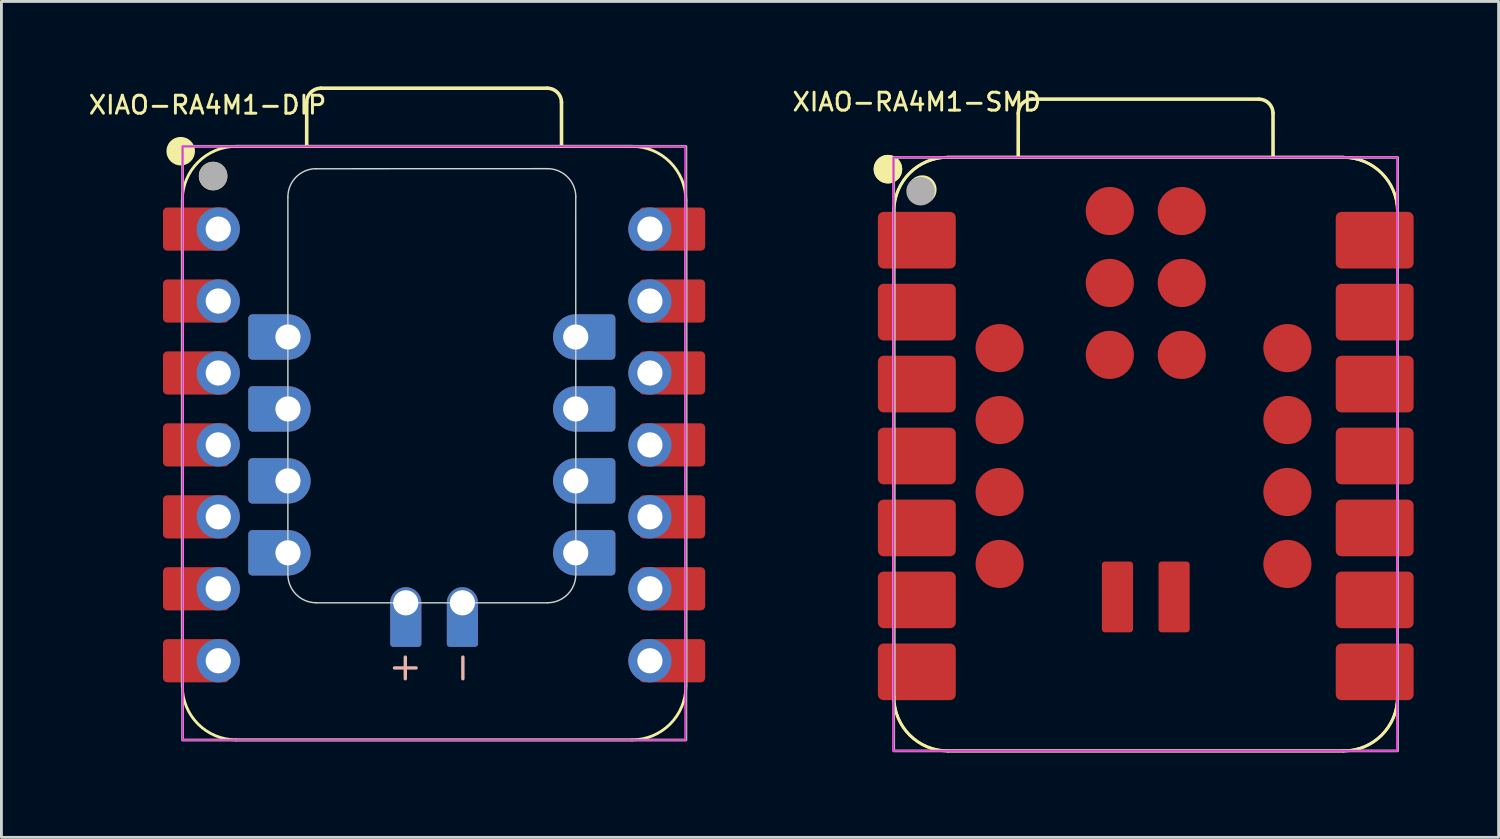
<source format=kicad_pcb>
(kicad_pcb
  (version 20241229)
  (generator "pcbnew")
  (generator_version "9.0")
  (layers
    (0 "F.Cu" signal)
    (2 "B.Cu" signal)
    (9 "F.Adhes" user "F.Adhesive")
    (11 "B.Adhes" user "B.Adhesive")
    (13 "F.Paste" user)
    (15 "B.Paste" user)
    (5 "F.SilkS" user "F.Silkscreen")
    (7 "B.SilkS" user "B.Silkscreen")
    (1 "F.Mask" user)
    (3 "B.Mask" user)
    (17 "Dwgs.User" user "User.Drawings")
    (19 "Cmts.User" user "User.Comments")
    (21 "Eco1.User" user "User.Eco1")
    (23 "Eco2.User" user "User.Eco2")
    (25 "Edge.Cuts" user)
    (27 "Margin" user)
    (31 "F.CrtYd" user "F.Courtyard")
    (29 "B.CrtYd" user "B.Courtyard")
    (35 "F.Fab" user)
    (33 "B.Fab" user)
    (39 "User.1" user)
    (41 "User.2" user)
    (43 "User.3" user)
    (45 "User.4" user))
  (footprint "XIAO-RA4M1-SMD"
    (layer "F.Cu")
    (at 37.32 13.05)
    (property "Reference" "XIAO-RA4M1-SMD" (at -8 -12.5 0) (unlocked yes) (layer "F.SilkS") (effects (font (size 0.635 0.635) (thickness 0.102))))
    (attr smd)
    (fp_line (start -8.813 8.504) (end -8.813 -8.641) (stroke (width 0.1) (type solid)) (layer "F.SilkS"))
    (fp_line (start -8.807 8.509) (end -8.807 -8.636) (stroke (width 0.1) (type solid)) (layer "F.SilkS"))
    (fp_line (start -6.908 10.409) (end 7.062 10.409) (stroke (width 0.1) (type solid)) (layer "F.SilkS"))
    (fp_line (start -6.902 10.414) (end 7.067 10.414) (stroke (width 0.1) (type solid)) (layer "F.SilkS"))
    (fp_line (start -4.421 -10.558) (end -4.42 -12.099) (stroke (width 0.127) (type solid)) (layer "F.SilkS"))
    (fp_line (start -3.92 -12.599) (end 4.075 -12.599) (stroke (width 0.127) (type solid)) (layer "F.SilkS"))
    (fp_line (start 4.575 -12.099) (end 4.576 -10.555) (stroke (width 0.127) (type solid)) (layer "F.SilkS"))
    (fp_line (start 7.062 -10.546) (end -6.908 -10.546) (stroke (width 0.1) (type solid)) (layer "F.SilkS"))
    (fp_line (start 7.062 -10.546) (end -6.908 -10.546) (stroke (width 0.1) (type solid)) (layer "F.SilkS"))
    (fp_line (start 7.062 -10.546) (end -6.908 -10.546) (stroke (width 0.1) (type solid)) (layer "F.SilkS"))
    (fp_line (start 7.067 -10.541) (end -6.902 -10.541) (stroke (width 0.1) (type solid)) (layer "F.SilkS"))
    (fp_line (start 8.967 8.504) (end 8.967 -8.641) (stroke (width 0.1) (type solid)) (layer "F.SilkS"))
    (fp_line (start 8.973 8.509) (end 8.973 -8.636) (stroke (width 0.1) (type solid)) (layer "F.SilkS"))
    (fp_arc (start -8.812512 -8.645012) (mid -8.254547 -9.992047) (end -6.907512 -10.550012) (stroke (width 0.1) (type solid)) (layer "F.SilkS"))
    (fp_arc (start -8.8075 -8.64) (mid -8.249538 -9.987038) (end -6.9025 -10.545) (stroke (width 0.1) (type solid)) (layer "F.SilkS"))
    (fp_arc (start -6.907512 10.408988) (mid -8.25455 9.851026) (end -8.812512 8.503988) (stroke (width 0.1) (type solid)) (layer "F.SilkS"))
    (fp_arc (start -6.9025 10.414) (mid -8.249538 9.856038) (end -8.8075 8.509) (stroke (width 0.1) (type solid)) (layer "F.SilkS"))
    (fp_arc (start -4.419796 -12.099296) (mid -4.273215 -12.452627) (end -3.919796 -12.599024) (stroke (width 0.127) (type default)) (layer "F.SilkS"))
    (fp_arc (start 4.075476 -12.599024) (mid 4.429018 -12.452581) (end 4.575476 -12.099024) (stroke (width 0.127) (type default)) (layer "F.SilkS"))
    (fp_arc (start 7.062488 -10.546012) (mid 8.409528 -9.988051) (end 8.967488 -8.641012) (stroke (width 0.1) (type solid)) (layer "F.SilkS"))
    (fp_arc (start 7.0675 -10.541) (mid 8.414538 -9.983038) (end 8.9725 -8.636) (stroke (width 0.1) (type solid)) (layer "F.SilkS"))
    (fp_arc (start 8.967488 8.503988) (mid 8.409526 9.851026) (end 7.062488 10.408988) (stroke (width 0.1) (type solid)) (layer "F.SilkS"))
    (fp_arc (start 8.9725 8.509) (mid 8.414538 9.856038) (end 7.0675 10.414) (stroke (width 0.1) (type solid)) (layer "F.SilkS"))
    (fp_circle (center -9.023 -10.13) (end -9.023 -10.384) (stroke (width 0.5) (type solid)) (fill yes) (layer "F.SilkS"))
    (fp_circle (center -9.018 -10.125) (end -9.018 -10.379) (stroke (width 0.5) (type solid)) (fill yes) (layer "F.SilkS"))
    (fp_circle (center -7.806 -9.407) (end -7.806 -9.661) (stroke (width 0.5) (type solid)) (fill yes) (layer "F.SilkS"))
    (fp_rect (start -8.828 -10.54) (end 8.953 10.41) (stroke (width 0.05) (type default)) (fill no) (layer "F.CrtYd"))
    (fp_rect (start -8.818 -10.54) (end 8.973 10.41) (stroke (width 0.1) (type default)) (fill no) (layer "F.Fab"))
    (fp_circle (center -7.867 -9.35) (end -7.867 -9.604) (stroke (width 0.5) (type solid)) (fill no) (layer "F.Fab"))
    (pad "1" smd roundrect (at -8 -7.62 180) (size 2.75 2) (layers "F.Cu" "F.Mask" "F.Paste") (roundrect_rratio 0.1))
    (pad "2" smd roundrect (at -8 -5.08 180) (size 2.75 2) (layers "F.Cu" "F.Mask" "F.Paste") (roundrect_rratio 0.1))
    (pad "3" smd roundrect (at -8 -2.54 180) (size 2.75 2) (layers "F.Cu" "F.Mask" "F.Paste") (roundrect_rratio 0.1))
    (pad "4" smd roundrect (at -8 0 180) (size 2.75 2) (layers "F.Cu" "F.Mask" "F.Paste") (roundrect_rratio 0.1))
    (pad "5" smd roundrect (at -8 2.54 180) (size 2.75 2) (layers "F.Cu" "F.Mask" "F.Paste") (roundrect_rratio 0.1))
    (pad "6" smd roundrect (at -8 5.08 180) (size 2.75 2) (layers "F.Cu" "F.Mask" "F.Paste") (roundrect_rratio 0.1))
    (pad "7" smd roundrect (at -8 7.62 180) (size 2.75 2) (layers "F.Cu" "F.Mask" "F.Paste") (roundrect_rratio 0.1))
    (pad "8" smd roundrect (at 8.165 7.62) (size 2.75 2) (layers "F.Cu" "F.Mask" "F.Paste") (roundrect_rratio 0.1))
    (pad "9" smd roundrect (at 8.165 5.08) (size 2.75 2) (layers "F.Cu" "F.Mask" "F.Paste") (roundrect_rratio 0.1))
    (pad "10" smd roundrect (at 8.165 2.54) (size 2.75 2) (layers "F.Cu" "F.Mask" "F.Paste") (roundrect_rratio 0.1))
    (pad "11" smd roundrect (at 8.165 0) (size 2.75 2) (layers "F.Cu" "F.Mask" "F.Paste") (roundrect_rratio 0.1))
    (pad "12" smd roundrect (at 8.165 -2.54) (size 2.75 2) (layers "F.Cu" "F.Mask" "F.Paste") (roundrect_rratio 0.1))
    (pad "13" smd roundrect (at 8.165 -5.08) (size 2.75 2) (layers "F.Cu" "F.Mask" "F.Paste") (roundrect_rratio 0.1))
    (pad "14" smd roundrect (at 8.165 -7.62) (size 2.75 2) (layers "F.Cu" "F.Mask" "F.Paste") (roundrect_rratio 0.1))
    (pad "15" smd circle (at 5.083 -3.81 180) (size 1.7 1.7) (layers "F.Cu" "F.Mask" "F.Paste"))
    (pad "16" smd circle (at 5.083 -1.27 180) (size 1.7 1.7) (layers "F.Cu" "F.Mask" "F.Paste"))
    (pad "17" smd circle (at 5.083 1.27 180) (size 1.7 1.7) (layers "F.Cu" "F.Mask" "F.Paste"))
    (pad "18" smd circle (at 5.083 3.81 180) (size 1.7 1.7) (layers "F.Cu" "F.Mask" "F.Paste"))
    (pad "19" smd circle (at -5.077 3.81 180) (size 1.7 1.7) (layers "F.Cu" "F.Mask" "F.Paste"))
    (pad "20" smd circle (at -5.077 1.27 180) (size 1.7 1.7) (layers "F.Cu" "F.Mask" "F.Paste"))
    (pad "21" smd circle (at -5.077 -1.27 180) (size 1.7 1.7) (layers "F.Cu" "F.Mask" "F.Paste"))
    (pad "22" smd circle (at -5.077 -3.81 180) (size 1.7 1.7) (layers "F.Cu" "F.Mask" "F.Paste"))
    (pad "23" smd circle (at -1.188 -8.65 180) (size 1.7 1.7) (layers "F.Cu" "F.Mask" "F.Paste"))
    (pad "24" smd circle (at -1.188 -6.11 180) (size 1.7 1.7) (layers "F.Cu" "F.Mask" "F.Paste"))
    (pad "25" smd circle (at -1.188 -3.57 180) (size 1.7 1.7) (layers "F.Cu" "F.Mask" "F.Paste"))
    (pad "26" smd circle (at 1.353 -3.57 180) (size 1.7 1.7) (layers "F.Cu" "F.Mask" "F.Paste"))
    (pad "27" smd circle (at 1.353 -6.11 180) (size 1.7 1.7) (layers "F.Cu" "F.Mask" "F.Paste"))
    (pad "28" smd circle (at 1.353 -8.65 180) (size 1.7 1.7) (layers "F.Cu" "F.Mask" "F.Paste"))
    (pad "29" smd roundrect (at -0.917 4.975 270) (size 2.5 1.1) (layers "F.Cu" "F.Mask" "F.Paste") (roundrect_rratio 0.1))
    (pad "30" smd roundrect (at 1.083 4.975 270) (size 2.5 1.1) (layers "F.Cu" "F.Mask" "F.Paste") (roundrect_rratio 0.1)))
  (footprint "XIAO-RA4M1-DIP"
    (layer "F.Cu")
    (at 12.277 12.658)
    (property "Reference" "XIAO-RA4M1-DIP" (at -8 -12 0) (unlocked yes) (layer "F.SilkS") (effects (font (size 0.635 0.635) (thickness 0.102))))
    (attr smd)
    (fp_line (start -8.891 8.509) (end -8.891 -8.636) (stroke (width 0.1) (type solid)) (layer "F.SilkS"))
    (fp_line (start -6.986 10.414) (end 6.984 10.414) (stroke (width 0.1) (type solid)) (layer "F.SilkS"))
    (fp_line (start -4.499 -10.553) (end -4.498 -12.094) (stroke (width 0.127) (type solid)) (layer "F.SilkS"))
    (fp_line (start -3.998 -12.594) (end 3.997 -12.594) (stroke (width 0.127) (type solid)) (layer "F.SilkS"))
    (fp_line (start 4.497 -12.094) (end 4.498 -10.55) (stroke (width 0.127) (type solid)) (layer "F.SilkS"))
    (fp_line (start 6.984 -10.541) (end -6.986 -10.541) (stroke (width 0.1) (type solid)) (layer "F.SilkS"))
    (fp_line (start 6.984 -10.541) (end -6.986 -10.541) (stroke (width 0.1) (type solid)) (layer "F.SilkS"))
    (fp_line (start 8.889 8.509) (end 8.889 -8.636) (stroke (width 0.1) (type solid)) (layer "F.SilkS"))
    (fp_arc (start -8.890994 -8.636) (mid -8.333032 -9.983038) (end -6.985994 -10.541) (stroke (width 0.1) (type solid)) (layer "F.SilkS"))
    (fp_arc (start -6.985994 10.414) (mid -8.333032 9.856038) (end -8.890994 8.509) (stroke (width 0.1) (type solid)) (layer "F.SilkS"))
    (fp_arc (start -4.498278 -12.094284) (mid -4.351707 -12.447654) (end -3.998278 -12.594012) (stroke (width 0.127) (type default)) (layer "F.SilkS"))
    (fp_arc (start 3.996994 -12.594012) (mid 4.350559 -12.44757) (end 4.496994 -12.094012) (stroke (width 0.127) (type default)) (layer "F.SilkS"))
    (fp_arc (start 6.984006 -10.541) (mid 8.331044 -9.983038) (end 8.889006 -8.636) (stroke (width 0.1) (type solid)) (layer "F.SilkS"))
    (fp_arc (start 8.889006 8.509) (mid 8.331044 9.856038) (end 6.984006 10.414) (stroke (width 0.1) (type solid)) (layer "F.SilkS"))
    (fp_circle (center -8.947 -10.37) (end -8.947 -10.624) (stroke (width 0.5) (type solid)) (fill yes) (layer "F.SilkS"))
    (fp_circle (center -7.804 -9.49) (end -7.804 -9.744) (stroke (width 0.5) (type solid)) (fill yes) (layer "F.SilkS"))
    (fp_line (start -1.017 7.493) (end -1.017 8.255) (stroke (width 0.12) (type default)) (layer "B.SilkS"))
    (fp_line (start -0.636 7.874) (end -1.398 7.874) (stroke (width 0.12) (type default)) (layer "B.SilkS"))
    (fp_line (start 1.015 7.493) (end 1.015 8.255) (stroke (width 0.12) (type default)) (layer "B.SilkS"))
    (fp_line (start -5.163 -8.753) (end -5.163 4.573) (stroke (width 0.05) (type solid)) (layer "Edge.Cuts"))
    (fp_line (start -4.163 5.575) (end 4.003 5.575) (stroke (width 0.05) (type solid)) (layer "Edge.Cuts"))
    (fp_line (start 4.003 -9.753) (end -4.163 -9.75) (stroke (width 0.05) (type solid)) (layer "Edge.Cuts"))
    (fp_line (start 5.003 4.573) (end 5 -8.753) (stroke (width 0.05) (type solid)) (layer "Edge.Cuts"))
    (fp_arc (start -5.162893 -8.752893) (mid -4.87 -9.46) (end -4.162893 -9.752893) (stroke (width 0.05) (type default)) (layer "Edge.Cuts"))
    (fp_arc (start -4.162893 5.572893) (mid -4.87 5.28) (end -5.162893 4.572893) (stroke (width 0.05) (type default)) (layer "Edge.Cuts"))
    (fp_arc (start 4.002893 -9.752893) (mid 4.71 -9.46) (end 5.002893 -8.752893) (stroke (width 0.05) (type default)) (layer "Edge.Cuts"))
    (fp_arc (start 5.002893 4.572893) (mid 4.71 5.28) (end 4.002893 5.572893) (stroke (width 0.05) (type default)) (layer "Edge.Cuts"))
    (fp_rect (start -8.881 -10.54) (end 8.869 10.42) (stroke (width 0.05) (type default)) (fill no) (layer "F.CrtYd"))
    (fp_rect (start -8.881 -10.54) (end 8.889 10.42) (stroke (width 0.1) (type default)) (fill no) (layer "F.Fab"))
    (fp_circle (center -7.801 -9.496) (end -7.801 -9.75) (stroke (width 0.5) (type solid)) (fill no) (layer "F.Fab"))
    (pad "1" smd roundrect (at -8.406 -7.62 180) (size 2.332 1.524) (layers "F.Cu" "F.Mask") (roundrect_rratio 0.1))
    (pad "1" thru_hole circle (at -7.621 -7.62 180) (size 1.524 1.524) (drill 0.889) (layers "*.Cu" "*.Mask"))
    (pad "2" smd roundrect (at -8.406 -5.08 180) (size 2.332 1.524) (layers "F.Cu" "F.Mask") (roundrect_rratio 0.1))
    (pad "2" thru_hole circle (at -7.621 -5.08 180) (size 1.524 1.524) (drill 0.889) (layers "*.Cu" "*.Mask"))
    (pad "3" smd roundrect (at -8.406 -2.54 180) (size 2.332 1.524) (layers "F.Cu" "F.Mask") (roundrect_rratio 0.1))
    (pad "3" thru_hole circle (at -7.621 -2.54 180) (size 1.524 1.524) (drill 0.889) (layers "*.Cu" "*.Mask"))
    (pad "4" smd roundrect (at -8.406 0 180) (size 2.332 1.524) (layers "F.Cu" "F.Mask") (roundrect_rratio 0.1))
    (pad "4" thru_hole circle (at -7.621 0 180) (size 1.524 1.524) (drill 0.889) (layers "*.Cu" "*.Mask"))
    (pad "5" smd roundrect (at -8.406 2.54 180) (size 2.332 1.524) (layers "F.Cu" "F.Mask") (roundrect_rratio 0.1))
    (pad "5" thru_hole circle (at -7.621 2.54 180) (size 1.524 1.524) (drill 0.889) (layers "*.Cu" "*.Mask"))
    (pad "6" smd roundrect (at -8.406 5.08 180) (size 2.332 1.524) (layers "F.Cu" "F.Mask") (roundrect_rratio 0.1))
    (pad "6" thru_hole circle (at -7.621 5.08 180) (size 1.524 1.524) (drill 0.889) (layers "*.Cu" "*.Mask"))
    (pad "7" smd roundrect (at -8.406 7.62 180) (size 2.332 1.524) (layers "F.Cu" "F.Mask") (roundrect_rratio 0.1))
    (pad "7" thru_hole circle (at -7.621 7.62 180) (size 1.524 1.524) (drill 0.889) (layers "*.Cu" "*.Mask"))
    (pad "8" thru_hole circle (at 7.619 7.62) (size 1.524 1.524) (drill 0.889) (layers "*.Cu" "*.Mask"))
    (pad "8" smd roundrect (at 8.404 7.62) (size 2.332 1.524) (layers "F.Cu" "F.Mask") (roundrect_rratio 0.1))
    (pad "9" thru_hole circle (at 7.619 5.08) (size 1.524 1.524) (drill 0.889) (layers "*.Cu" "*.Mask"))
    (pad "9" smd roundrect (at 8.404 5.08) (size 2.332 1.524) (layers "F.Cu" "F.Mask") (roundrect_rratio 0.1))
    (pad "10" thru_hole circle (at 7.619 2.54) (size 1.524 1.524) (drill 0.889) (layers "*.Cu" "*.Mask"))
    (pad "10" smd roundrect (at 8.404 2.54) (size 2.332 1.524) (layers "F.Cu" "F.Mask") (roundrect_rratio 0.1))
    (pad "11" thru_hole circle (at 7.619 0) (size 1.524 1.524) (drill 0.889) (layers "*.Cu" "*.Mask"))
    (pad "11" smd roundrect (at 8.404 0) (size 2.332 1.524) (layers "F.Cu" "F.Mask") (roundrect_rratio 0.1))
    (pad "12" thru_hole circle (at 7.619 -2.54) (size 1.524 1.524) (drill 0.889) (layers "*.Cu" "*.Mask"))
    (pad "12" smd roundrect (at 8.404 -2.54) (size 2.332 1.524) (layers "F.Cu" "F.Mask") (roundrect_rratio 0.1))
    (pad "13" thru_hole circle (at 7.619 -5.08) (size 1.524 1.524) (drill 0.889) (layers "*.Cu" "*.Mask"))
    (pad "13" smd roundrect (at 8.404 -5.08) (size 2.332 1.524) (layers "F.Cu" "F.Mask") (roundrect_rratio 0.1))
    (pad "14" thru_hole circle (at 7.619 -7.62) (size 1.524 1.524) (drill 0.889) (layers "*.Cu" "*.Mask"))
    (pad "14" smd roundrect (at 8.404 -7.62) (size 2.332 1.524) (layers "F.Cu" "F.Mask") (roundrect_rratio 0.1))
    (pad "15" thru_hole circle (at 5 -3.81 180) (size 1.6 1.6) (drill 0.889) (layers "*.Cu" "*.Mask"))
    (pad "15" smd roundrect (at 5.699 -3.81) (size 1.4 1.6) (layers "F.Cu" "F.Mask") (roundrect_rratio 0.1))
    (pad "15" smd roundrect (at 5.699 -3.81 180) (size 1.4 1.6) (layers "B.Cu" "B.Mask" "B.Paste") (roundrect_rratio 0.1))
    (pad "16" thru_hole circle (at 5 -1.27 180) (size 1.6 1.6) (drill 0.889) (layers "*.Cu" "*.Mask"))
    (pad "16" smd roundrect (at 5.699 -1.27) (size 1.4 1.6) (layers "F.Cu" "F.Mask") (roundrect_rratio 0.1))
    (pad "16" smd roundrect (at 5.699 -1.27 180) (size 1.4 1.6) (layers "B.Cu" "B.Mask" "B.Paste") (roundrect_rratio 0.1))
    (pad "17" thru_hole circle (at 5 1.27 180) (size 1.6 1.6) (drill 0.889) (layers "*.Cu" "*.Mask"))
    (pad "17" smd roundrect (at 5.699 1.27) (size 1.4 1.6) (layers "F.Cu" "F.Mask") (roundrect_rratio 0.1))
    (pad "17" smd roundrect (at 5.699 1.27 180) (size 1.4 1.6) (layers "B.Cu" "B.Mask" "B.Paste") (roundrect_rratio 0.1))
    (pad "18" thru_hole circle (at 5 3.81 180) (size 1.6 1.6) (drill 0.889) (layers "*.Cu" "*.Mask"))
    (pad "18" smd roundrect (at 5.699 3.81) (size 1.4 1.6) (layers "F.Cu" "F.Mask") (roundrect_rratio 0.1))
    (pad "18" smd roundrect (at 5.699 3.81 180) (size 1.4 1.6) (layers "B.Cu" "B.Mask" "B.Paste") (roundrect_rratio 0.1))
    (pad "19" smd roundrect (at -5.86 3.81) (size 1.4 1.6) (layers "F.Cu" "F.Mask") (roundrect_rratio 0.1))
    (pad "19" smd roundrect (at -5.86 3.81 180) (size 1.4 1.6) (layers "B.Cu" "B.Mask" "B.Paste") (roundrect_rratio 0.1))
    (pad "19" thru_hole circle (at -5.16 3.81 180) (size 1.6 1.6) (drill 0.889) (layers "*.Cu" "*.Mask"))
    (pad "20" smd roundrect (at -5.86 1.27) (size 1.4 1.6) (layers "F.Cu" "F.Mask") (roundrect_rratio 0.1))
    (pad "20" smd roundrect (at -5.86 1.27 180) (size 1.4 1.6) (layers "B.Cu" "B.Mask" "B.Paste") (roundrect_rratio 0.1))
    (pad "20" thru_hole circle (at -5.16 1.27 180) (size 1.6 1.6) (drill 0.889) (layers "*.Cu" "*.Mask"))
    (pad "21" smd roundrect (at -5.86 -1.27) (size 1.4 1.6) (layers "F.Cu" "F.Mask") (roundrect_rratio 0.1))
    (pad "21" smd roundrect (at -5.86 -1.27 180) (size 1.4 1.6) (layers "B.Cu" "B.Mask" "B.Paste") (roundrect_rratio 0.1))
    (pad "21" thru_hole circle (at -5.16 -1.27 180) (size 1.6 1.6) (drill 0.889) (layers "*.Cu" "*.Mask"))
    (pad "22" smd roundrect (at -5.86 -3.81) (size 1.4 1.6) (layers "F.Cu" "F.Mask") (roundrect_rratio 0.1))
    (pad "22" smd roundrect (at -5.86 -3.81 180) (size 1.4 1.6) (layers "B.Cu" "B.Mask" "B.Paste") (roundrect_rratio 0.1))
    (pad "22" thru_hole circle (at -5.16 -3.81 180) (size 1.6 1.6) (drill 0.889) (layers "*.Cu" "*.Mask"))
    (pad "23" thru_hole circle (at -1.001 5.575 180) (size 1.1 1.1) (drill 0.889) (layers "*.Cu" "*.Mask"))
    (pad "23" smd roundrect (at -1.001 6.33 270) (size 1.6 1.1) (layers "F.Cu" "F.Mask") (roundrect_rratio 0.1))
    (pad "23" smd roundrect (at -1.001 6.33 270) (size 1.6 1.1) (layers "B.Cu" "B.Mask" "B.Paste") (roundrect_rratio 0.1))
    (pad "24" thru_hole circle (at 0.999 5.575 180) (size 1.1 1.1) (drill 0.889) (layers "*.Cu" "*.Mask"))
    (pad "24" smd roundrect (at 0.999 6.33 270) (size 1.6 1.1) (layers "F.Cu" "F.Mask") (roundrect_rratio 0.1))
    (pad "24" smd roundrect (at 0.999 6.33 270) (size 1.6 1.1) (layers "B.Cu" "B.Mask" "B.Paste") (roundrect_rratio 0.1)))
  (gr_rect
    (start -3 -3)
    (end 49.86 26.514)
    (stroke (width 0.1) (type default))
    (fill no)
    (layer "Edge.Cuts")))
</source>
